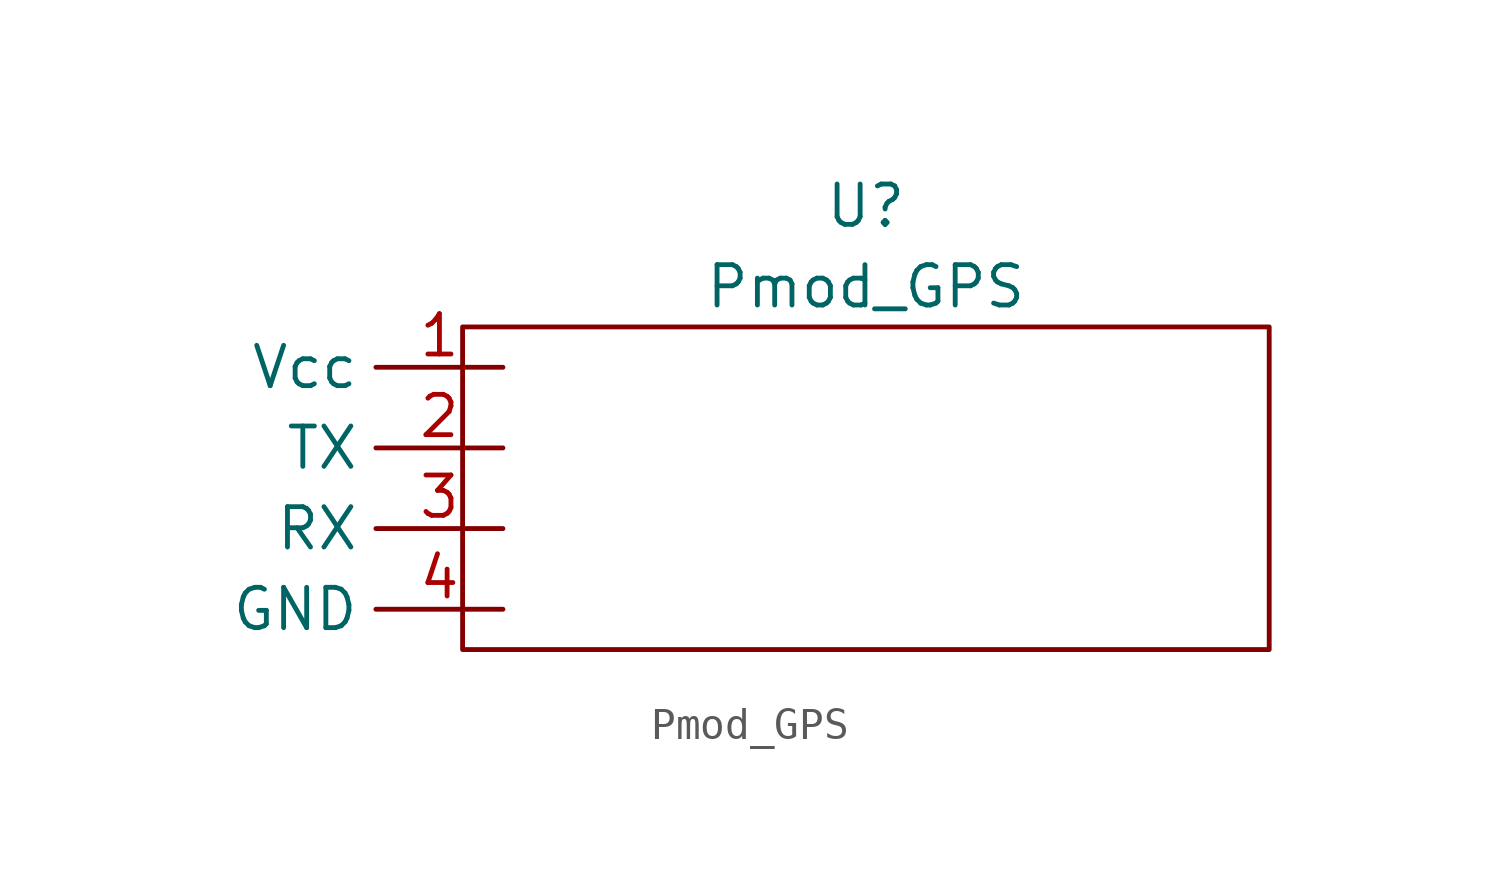
<source format=kicad_sym>
(kicad_symbol_lib
  (version 20211014)
  (generator kicad_symbol_editor)
  (symbol "Pmod_GPS"
    (property "Reference" "U"
      (at 0 8.89 0)
      (effects (font (size 1.27 1.27))))
    (property "Value" "Pmod_GPS"
      (at 0 6.35 0)
      (effects (font (size 1.27 1.27))))
    (symbol "Pmod_GPS_0_1"
      (rectangle (start -12.7 5.08) (end 12.7 -5.08) (stroke (width 0) (type default) (color 0 0 0 0)) (fill (type none))))
    (symbol "Pmod_GPS_1_1"
      (pin power_in line (at -11.43 3.81 180) (length 4) (name "Vcc" (effects (font (size 1.27 1.27)))) (number "1" (effects (font (size 1.27 1.27)))))
      (pin output line (at -11.43 1.27 180) (length 4) (name "TX" (effects (font (size 1.27 1.27)))) (number "2" (effects (font (size 1.27 1.27)))))
      (pin input line (at -11.43 -1.27 180) (length 4) (name "RX" (effects (font (size 1.27 1.27)))) (number "3" (effects (font (size 1.27 1.27)))))
      (pin input line (at -11.43 -3.81 180) (length 4) (name "GND" (effects (font (size 1.27 1.27)))) (number "4" (effects (font (size 1.27 1.27))))))))
</source>
